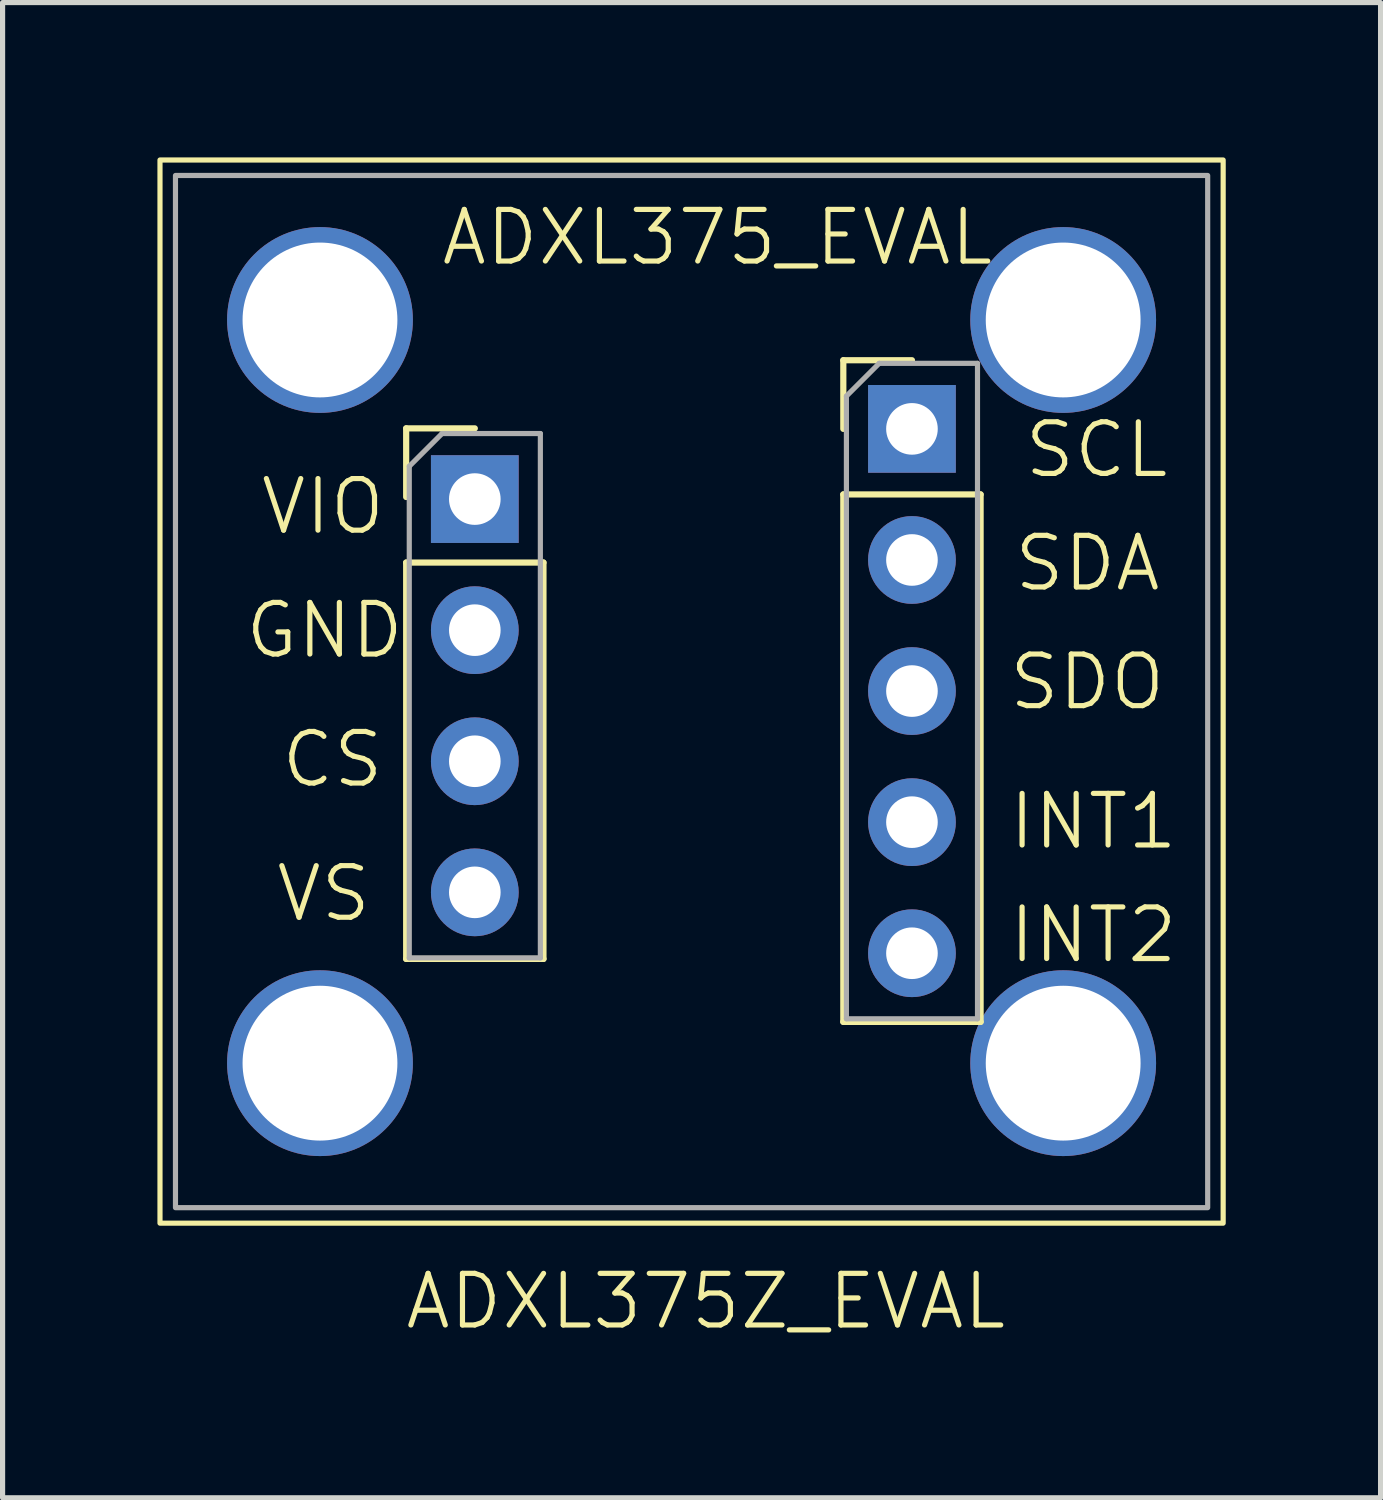
<source format=kicad_pcb>
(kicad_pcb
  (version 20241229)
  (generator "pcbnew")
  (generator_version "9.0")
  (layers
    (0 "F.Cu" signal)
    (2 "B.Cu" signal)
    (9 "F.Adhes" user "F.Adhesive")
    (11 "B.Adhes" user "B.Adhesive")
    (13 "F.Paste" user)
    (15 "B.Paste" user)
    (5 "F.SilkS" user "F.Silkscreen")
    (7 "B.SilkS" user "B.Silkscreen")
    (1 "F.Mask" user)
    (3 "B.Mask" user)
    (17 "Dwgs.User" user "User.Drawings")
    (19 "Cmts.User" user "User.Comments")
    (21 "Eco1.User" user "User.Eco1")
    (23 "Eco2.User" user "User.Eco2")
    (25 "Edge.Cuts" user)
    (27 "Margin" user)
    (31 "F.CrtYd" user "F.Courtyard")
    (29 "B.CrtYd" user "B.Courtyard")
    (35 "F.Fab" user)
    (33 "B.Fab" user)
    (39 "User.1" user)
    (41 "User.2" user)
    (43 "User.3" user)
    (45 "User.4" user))
  (footprint "ADXL375_EVAL"
    (layer "F.Cu")
    (at 10.85 9.65)
    (property "Reference" "ADXL375_EVAL" (at 0 -8.1 0) (unlocked yes) (layer "F.SilkS") (effects (font (size 1 1) (thickness 0.1))))
    (attr through_hole)
    (fp_line (start -6.03 -4.4) (end -4.7 -4.4) (stroke (width 0.12) (type solid)) (layer "F.SilkS"))
    (fp_line (start -6.03 -3.07) (end -6.03 -4.4) (stroke (width 0.12) (type solid)) (layer "F.SilkS"))
    (fp_line (start -6.03 -1.8) (end -6.03 5.88) (stroke (width 0.12) (type solid)) (layer "F.SilkS"))
    (fp_line (start -6.03 -1.8) (end -3.37 -1.8) (stroke (width 0.12) (type solid)) (layer "F.SilkS"))
    (fp_line (start -6.03 5.88) (end -3.37 5.88) (stroke (width 0.12) (type solid)) (layer "F.SilkS"))
    (fp_line (start -3.37 -1.8) (end -3.37 5.88) (stroke (width 0.12) (type solid)) (layer "F.SilkS"))
    (fp_line (start 2.44 -5.72) (end 3.77 -5.72) (stroke (width 0.12) (type solid)) (layer "F.SilkS"))
    (fp_line (start 2.44 -4.39) (end 2.44 -5.72) (stroke (width 0.12) (type solid)) (layer "F.SilkS"))
    (fp_line (start 2.44 -3.12) (end 2.44 7.1) (stroke (width 0.12) (type solid)) (layer "F.SilkS"))
    (fp_line (start 2.44 -3.12) (end 5.1 -3.12) (stroke (width 0.12) (type solid)) (layer "F.SilkS"))
    (fp_line (start 2.44 7.1) (end 5.1 7.1) (stroke (width 0.12) (type solid)) (layer "F.SilkS"))
    (fp_line (start 5.1 -3.12) (end 5.1 7.1) (stroke (width 0.12) (type solid)) (layer "F.SilkS"))
    (fp_line (start 5.1 7.1) (end 2.9 7.1) (stroke (width 0.1) (type default)) (layer "F.SilkS"))
    (fp_rect (start -10.8 -9.6) (end 9.8 11) (stroke (width 0.1) (type default)) (fill no) (layer "F.SilkS"))
    (fp_line (start -5.97 -3.665) (end -5.335 -4.3) (stroke (width 0.1) (type solid)) (layer "F.Fab"))
    (fp_line (start -5.97 5.86) (end -5.97 -3.665) (stroke (width 0.1) (type solid)) (layer "F.Fab"))
    (fp_line (start -5.335 -4.3) (end -3.43 -4.3) (stroke (width 0.1) (type solid)) (layer "F.Fab"))
    (fp_line (start -3.43 -4.3) (end -3.43 5.86) (stroke (width 0.1) (type solid)) (layer "F.Fab"))
    (fp_line (start -3.43 5.86) (end -5.97 5.86) (stroke (width 0.1) (type solid)) (layer "F.Fab"))
    (fp_line (start 2.5 -5.025) (end 3.135 -5.66) (stroke (width 0.1) (type solid)) (layer "F.Fab"))
    (fp_line (start 2.5 7.04) (end 2.5 -5.025) (stroke (width 0.1) (type solid)) (layer "F.Fab"))
    (fp_line (start 3.135 -5.66) (end 5.04 -5.66) (stroke (width 0.1) (type solid)) (layer "F.Fab"))
    (fp_line (start 5.04 -5.66) (end 5.04 7.04) (stroke (width 0.1) (type solid)) (layer "F.Fab"))
    (fp_line (start 5.04 7.04) (end 2.5 7.04) (stroke (width 0.1) (type solid)) (layer "F.Fab"))
    (fp_rect (start -10.5 -9.3) (end 9.5 10.7) (stroke (width 0.1) (type default)) (fill no) (layer "F.Fab"))
    (fp_text user "INT2" (at 5.6 6 0) (unlocked yes) (layer "F.SilkS") (effects (font (size 1 1) (thickness 0.1)) (justify left bottom)))
    (fp_text user "INT1" (at 5.6 3.8 0) (unlocked yes) (layer "F.SilkS") (effects (font (size 1 1) (thickness 0.1)) (justify left bottom)))
    (fp_text user "SCL" (at 5.9 -3.4 0) (unlocked yes) (layer "F.SilkS") (effects (font (size 1 1) (thickness 0.1)) (justify left bottom)))
    (fp_text user "ADXL375Z_EVAL" (at -6.1 13.1 0) (unlocked yes) (layer "F.SilkS") (effects (font (size 1 1) (thickness 0.1)) (justify left bottom)))
    (fp_text user "SDO" (at 5.6 1.1 0) (unlocked yes) (layer "F.SilkS") (effects (font (size 1 1) (thickness 0.1)) (justify left bottom)))
    (fp_text user "VIO" (at -8.9 -2.3 0) (unlocked yes) (layer "F.SilkS") (effects (font (size 1 1) (thickness 0.1)) (justify left bottom)))
    (fp_text user "SDA" (at 5.7 -1.2 0) (unlocked yes) (layer "F.SilkS") (effects (font (size 1 1) (thickness 0.1)) (justify left bottom)))
    (fp_text user "GND" (at -9.2 0.1 0) (unlocked yes) (layer "F.SilkS") (effects (font (size 1 1) (thickness 0.1)) (justify left bottom)))
    (fp_text user "CS" (at -8.5 2.6 0) (unlocked yes) (layer "F.SilkS") (effects (font (size 1 1) (thickness 0.1)) (justify left bottom)))
    (fp_text user "VS" (at -8.6 5.2 0) (unlocked yes) (layer "F.SilkS") (effects (font (size 1 1) (thickness 0.1)) (justify left bottom)))
    (pad "" thru_hole circle (at -7.7 -6.5) (size 3.6 3.6) (drill 3) (layers "*.Cu" "*.Mask"))
    (pad "" thru_hole circle (at -7.7 7.9) (size 3.6 3.6) (drill 3) (layers "*.Cu" "*.Mask"))
    (pad "" thru_hole circle (at 6.7 -6.5) (size 3.6 3.6) (drill 3) (layers "*.Cu" "*.Mask"))
    (pad "" thru_hole circle (at 6.7 7.9) (size 3.6 3.6) (drill 3) (layers "*.Cu" "*.Mask"))
    (pad "1" thru_hole rect (at -4.7 -3.03) (size 1.7 1.7) (drill 1) (layers "*.Cu" "*.Mask"))
    (pad "2" thru_hole oval (at -4.7 -0.49) (size 1.7 1.7) (drill 1) (layers "*.Cu" "*.Mask"))
    (pad "3" thru_hole oval (at -4.7 2.05) (size 1.7 1.7) (drill 1) (layers "*.Cu" "*.Mask"))
    (pad "4" thru_hole oval (at -4.7 4.59) (size 1.7 1.7) (drill 1) (layers "*.Cu" "*.Mask"))
    (pad "5" thru_hole oval (at 3.77 5.77) (size 1.7 1.7) (drill 1) (layers "*.Cu" "*.Mask"))
    (pad "6" thru_hole oval (at 3.77 3.23) (size 1.7 1.7) (drill 1) (layers "*.Cu" "*.Mask"))
    (pad "7" thru_hole oval (at 3.77 0.69) (size 1.7 1.7) (drill 1) (layers "*.Cu" "*.Mask"))
    (pad "8" thru_hole oval (at 3.77 -1.85) (size 1.7 1.7) (drill 1) (layers "*.Cu" "*.Mask"))
    (pad "9" thru_hole rect (at 3.77 -4.39) (size 1.7 1.7) (drill 1) (layers "*.Cu" "*.Mask")))
  (gr_rect
    (start -3 -3)
    (end 23.7 25.971)
    (stroke (width 0.1) (type default))
    (fill no)
    (layer "Edge.Cuts")))
</source>
